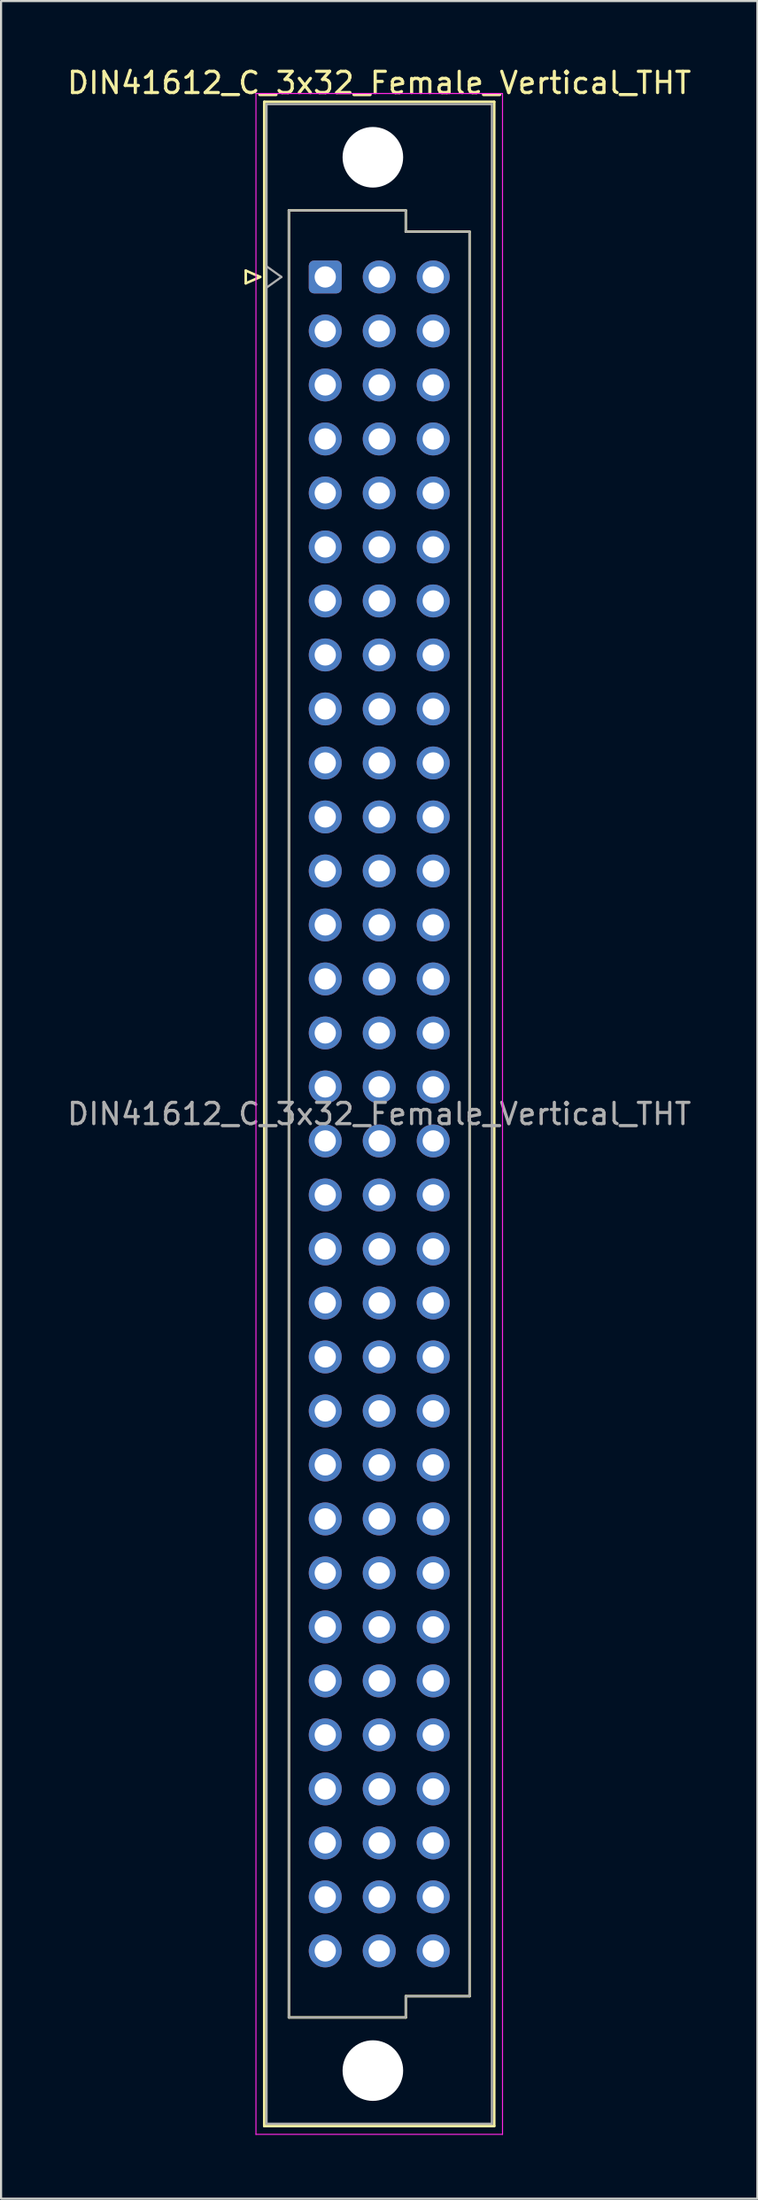
<source format=kicad_pcb>
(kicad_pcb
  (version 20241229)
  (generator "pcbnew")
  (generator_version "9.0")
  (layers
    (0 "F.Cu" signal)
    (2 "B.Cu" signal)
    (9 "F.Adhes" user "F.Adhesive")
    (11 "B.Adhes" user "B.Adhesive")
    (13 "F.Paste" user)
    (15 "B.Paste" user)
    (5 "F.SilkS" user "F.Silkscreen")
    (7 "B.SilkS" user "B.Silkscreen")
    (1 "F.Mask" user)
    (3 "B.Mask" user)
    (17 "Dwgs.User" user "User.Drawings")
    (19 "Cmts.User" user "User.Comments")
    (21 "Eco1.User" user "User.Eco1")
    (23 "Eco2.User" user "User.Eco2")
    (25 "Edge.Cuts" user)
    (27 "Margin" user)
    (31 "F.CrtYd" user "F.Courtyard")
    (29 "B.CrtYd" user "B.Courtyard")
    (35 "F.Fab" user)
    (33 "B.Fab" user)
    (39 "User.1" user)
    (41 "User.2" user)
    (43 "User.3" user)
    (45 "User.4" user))
  (footprint "DIN41612_C_3x32_Female_Vertical_THT"
    (layer "F.Cu")
    (at 12.252 9.978)
    (property "Reference" "DIN41612_C_3x32_Female_Vertical_THT" (at 2.54 -9.13 0) (layer "F.SilkS") (effects (font (size 1 1) (thickness 0.15))))
    (attr through_hole)
    (fp_line (start -3.74 -0.3) (end -3.74 0.3) (stroke (width 0.12) (type solid)) (layer "F.SilkS"))
    (fp_line (start -3.74 0.3) (end -3.06 0) (stroke (width 0.12) (type solid)) (layer "F.SilkS"))
    (fp_line (start -3.06 0) (end -3.74 -0.3) (stroke (width 0.12) (type solid)) (layer "F.SilkS"))
    (fp_line (start -2.87 -8.24) (end 7.95 -8.24) (stroke (width 0.12) (type solid)) (layer "F.SilkS"))
    (fp_line (start -2.87 86.98) (end -2.87 -8.24) (stroke (width 0.12) (type solid)) (layer "F.SilkS"))
    (fp_line (start -1.71 -3.13) (end 3.79 -3.13) (stroke (width 0.12) (type solid)) (layer "F.SilkS"))
    (fp_line (start -1.71 81.87) (end -1.71 -3.13) (stroke (width 0.12) (type solid)) (layer "F.SilkS"))
    (fp_line (start 3.79 -3.13) (end 3.79 -2.13) (stroke (width 0.12) (type solid)) (layer "F.SilkS"))
    (fp_line (start 3.79 -2.13) (end 6.79 -2.13) (stroke (width 0.12) (type solid)) (layer "F.SilkS"))
    (fp_line (start 3.79 80.87) (end 3.79 81.87) (stroke (width 0.12) (type solid)) (layer "F.SilkS"))
    (fp_line (start 3.79 81.87) (end -1.71 81.87) (stroke (width 0.12) (type solid)) (layer "F.SilkS"))
    (fp_line (start 6.79 -2.13) (end 6.79 80.87) (stroke (width 0.12) (type solid)) (layer "F.SilkS"))
    (fp_line (start 6.79 80.87) (end 3.79 80.87) (stroke (width 0.12) (type solid)) (layer "F.SilkS"))
    (fp_line (start 7.95 -8.24) (end 7.95 86.98) (stroke (width 0.12) (type solid)) (layer "F.SilkS"))
    (fp_line (start 7.95 86.98) (end -2.87 86.98) (stroke (width 0.12) (type solid)) (layer "F.SilkS"))
    (fp_line (start -3.26 -8.63) (end 8.34 -8.63) (stroke (width 0.05) (type solid)) (layer "F.CrtYd"))
    (fp_line (start -3.26 87.37) (end -3.26 -8.63) (stroke (width 0.05) (type solid)) (layer "F.CrtYd"))
    (fp_line (start 8.34 -8.63) (end 8.34 87.37) (stroke (width 0.05) (type solid)) (layer "F.CrtYd"))
    (fp_line (start 8.34 87.37) (end -3.26 87.37) (stroke (width 0.05) (type solid)) (layer "F.CrtYd"))
    (fp_line (start -2.76 -8.13) (end 7.84 -8.13) (stroke (width 0.1) (type solid)) (layer "F.Fab"))
    (fp_line (start -2.76 -0.5) (end -2.06 0) (stroke (width 0.1) (type solid)) (layer "F.Fab"))
    (fp_line (start -2.76 86.87) (end -2.76 -8.13) (stroke (width 0.1) (type solid)) (layer "F.Fab"))
    (fp_line (start -2.06 0) (end -2.76 0.5) (stroke (width 0.1) (type solid)) (layer "F.Fab"))
    (fp_line (start -1.71 -3.13) (end 3.79 -3.13) (stroke (width 0.1) (type solid)) (layer "F.Fab"))
    (fp_line (start -1.71 81.87) (end -1.71 -3.13) (stroke (width 0.1) (type solid)) (layer "F.Fab"))
    (fp_line (start 3.79 -3.13) (end 3.79 -2.13) (stroke (width 0.1) (type solid)) (layer "F.Fab"))
    (fp_line (start 3.79 -2.13) (end 6.79 -2.13) (stroke (width 0.1) (type solid)) (layer "F.Fab"))
    (fp_line (start 3.79 80.87) (end 3.79 81.87) (stroke (width 0.1) (type solid)) (layer "F.Fab"))
    (fp_line (start 3.79 81.87) (end -1.71 81.87) (stroke (width 0.1) (type solid)) (layer "F.Fab"))
    (fp_line (start 6.79 -2.13) (end 6.79 80.87) (stroke (width 0.1) (type solid)) (layer "F.Fab"))
    (fp_line (start 6.79 80.87) (end 3.79 80.87) (stroke (width 0.1) (type solid)) (layer "F.Fab"))
    (fp_line (start 7.84 -8.13) (end 7.84 86.87) (stroke (width 0.1) (type solid)) (layer "F.Fab"))
    (fp_line (start 7.84 86.87) (end -2.76 86.87) (stroke (width 0.1) (type solid)) (layer "F.Fab"))
    (fp_text user "${REFERENCE}" (at 2.54 39.37 0) (layer "F.Fab") (effects (font (size 1 1) (thickness 0.15))))
    (pad "" np_thru_hole circle (at 2.24 -5.63) (size 2.85 2.85) (drill 2.85) (layers "*.Cu" "*.Mask"))
    (pad "" np_thru_hole circle (at 2.24 84.37) (size 2.85 2.85) (drill 2.85) (layers "*.Cu" "*.Mask"))
    (pad "a1" thru_hole roundrect (at 0 0) (size 1.55 1.55) (drill 1) (layers "*.Cu" "*.Mask") (roundrect_rratio 0.161))
    (pad "a2" thru_hole circle (at 0 2.54) (size 1.55 1.55) (drill 1) (layers "*.Cu" "*.Mask"))
    (pad "a3" thru_hole circle (at 0 5.08) (size 1.55 1.55) (drill 1) (layers "*.Cu" "*.Mask"))
    (pad "a4" thru_hole circle (at 0 7.62) (size 1.55 1.55) (drill 1) (layers "*.Cu" "*.Mask"))
    (pad "a5" thru_hole circle (at 0 10.16) (size 1.55 1.55) (drill 1) (layers "*.Cu" "*.Mask"))
    (pad "a6" thru_hole circle (at 0 12.7) (size 1.55 1.55) (drill 1) (layers "*.Cu" "*.Mask"))
    (pad "a7" thru_hole circle (at 0 15.24) (size 1.55 1.55) (drill 1) (layers "*.Cu" "*.Mask"))
    (pad "a8" thru_hole circle (at 0 17.78) (size 1.55 1.55) (drill 1) (layers "*.Cu" "*.Mask"))
    (pad "a9" thru_hole circle (at 0 20.32) (size 1.55 1.55) (drill 1) (layers "*.Cu" "*.Mask"))
    (pad "a10" thru_hole circle (at 0 22.86) (size 1.55 1.55) (drill 1) (layers "*.Cu" "*.Mask"))
    (pad "a11" thru_hole circle (at 0 25.4) (size 1.55 1.55) (drill 1) (layers "*.Cu" "*.Mask"))
    (pad "a12" thru_hole circle (at 0 27.94) (size 1.55 1.55) (drill 1) (layers "*.Cu" "*.Mask"))
    (pad "a13" thru_hole circle (at 0 30.48) (size 1.55 1.55) (drill 1) (layers "*.Cu" "*.Mask"))
    (pad "a14" thru_hole circle (at 0 33.02) (size 1.55 1.55) (drill 1) (layers "*.Cu" "*.Mask"))
    (pad "a15" thru_hole circle (at 0 35.56) (size 1.55 1.55) (drill 1) (layers "*.Cu" "*.Mask"))
    (pad "a16" thru_hole circle (at 0 38.1) (size 1.55 1.55) (drill 1) (layers "*.Cu" "*.Mask"))
    (pad "a17" thru_hole circle (at 0 40.64) (size 1.55 1.55) (drill 1) (layers "*.Cu" "*.Mask"))
    (pad "a18" thru_hole circle (at 0 43.18) (size 1.55 1.55) (drill 1) (layers "*.Cu" "*.Mask"))
    (pad "a19" thru_hole circle (at 0 45.72) (size 1.55 1.55) (drill 1) (layers "*.Cu" "*.Mask"))
    (pad "a20" thru_hole circle (at 0 48.26) (size 1.55 1.55) (drill 1) (layers "*.Cu" "*.Mask"))
    (pad "a21" thru_hole circle (at 0 50.8) (size 1.55 1.55) (drill 1) (layers "*.Cu" "*.Mask"))
    (pad "a22" thru_hole circle (at 0 53.34) (size 1.55 1.55) (drill 1) (layers "*.Cu" "*.Mask"))
    (pad "a23" thru_hole circle (at 0 55.88) (size 1.55 1.55) (drill 1) (layers "*.Cu" "*.Mask"))
    (pad "a24" thru_hole circle (at 0 58.42) (size 1.55 1.55) (drill 1) (layers "*.Cu" "*.Mask"))
    (pad "a25" thru_hole circle (at 0 60.96) (size 1.55 1.55) (drill 1) (layers "*.Cu" "*.Mask"))
    (pad "a26" thru_hole circle (at 0 63.5) (size 1.55 1.55) (drill 1) (layers "*.Cu" "*.Mask"))
    (pad "a27" thru_hole circle (at 0 66.04) (size 1.55 1.55) (drill 1) (layers "*.Cu" "*.Mask"))
    (pad "a28" thru_hole circle (at 0 68.58) (size 1.55 1.55) (drill 1) (layers "*.Cu" "*.Mask"))
    (pad "a29" thru_hole circle (at 0 71.12) (size 1.55 1.55) (drill 1) (layers "*.Cu" "*.Mask"))
    (pad "a30" thru_hole circle (at 0 73.66) (size 1.55 1.55) (drill 1) (layers "*.Cu" "*.Mask"))
    (pad "a31" thru_hole circle (at 0 76.2) (size 1.55 1.55) (drill 1) (layers "*.Cu" "*.Mask"))
    (pad "a32" thru_hole circle (at 0 78.74) (size 1.55 1.55) (drill 1) (layers "*.Cu" "*.Mask"))
    (pad "b1" thru_hole circle (at 2.54 0) (size 1.55 1.55) (drill 1) (layers "*.Cu" "*.Mask"))
    (pad "b2" thru_hole circle (at 2.54 2.54) (size 1.55 1.55) (drill 1) (layers "*.Cu" "*.Mask"))
    (pad "b3" thru_hole circle (at 2.54 5.08) (size 1.55 1.55) (drill 1) (layers "*.Cu" "*.Mask"))
    (pad "b4" thru_hole circle (at 2.54 7.62) (size 1.55 1.55) (drill 1) (layers "*.Cu" "*.Mask"))
    (pad "b5" thru_hole circle (at 2.54 10.16) (size 1.55 1.55) (drill 1) (layers "*.Cu" "*.Mask"))
    (pad "b6" thru_hole circle (at 2.54 12.7) (size 1.55 1.55) (drill 1) (layers "*.Cu" "*.Mask"))
    (pad "b7" thru_hole circle (at 2.54 15.24) (size 1.55 1.55) (drill 1) (layers "*.Cu" "*.Mask"))
    (pad "b8" thru_hole circle (at 2.54 17.78) (size 1.55 1.55) (drill 1) (layers "*.Cu" "*.Mask"))
    (pad "b9" thru_hole circle (at 2.54 20.32) (size 1.55 1.55) (drill 1) (layers "*.Cu" "*.Mask"))
    (pad "b10" thru_hole circle (at 2.54 22.86) (size 1.55 1.55) (drill 1) (layers "*.Cu" "*.Mask"))
    (pad "b11" thru_hole circle (at 2.54 25.4) (size 1.55 1.55) (drill 1) (layers "*.Cu" "*.Mask"))
    (pad "b12" thru_hole circle (at 2.54 27.94) (size 1.55 1.55) (drill 1) (layers "*.Cu" "*.Mask"))
    (pad "b13" thru_hole circle (at 2.54 30.48) (size 1.55 1.55) (drill 1) (layers "*.Cu" "*.Mask"))
    (pad "b14" thru_hole circle (at 2.54 33.02) (size 1.55 1.55) (drill 1) (layers "*.Cu" "*.Mask"))
    (pad "b15" thru_hole circle (at 2.54 35.56) (size 1.55 1.55) (drill 1) (layers "*.Cu" "*.Mask"))
    (pad "b16" thru_hole circle (at 2.54 38.1) (size 1.55 1.55) (drill 1) (layers "*.Cu" "*.Mask"))
    (pad "b17" thru_hole circle (at 2.54 40.64) (size 1.55 1.55) (drill 1) (layers "*.Cu" "*.Mask"))
    (pad "b18" thru_hole circle (at 2.54 43.18) (size 1.55 1.55) (drill 1) (layers "*.Cu" "*.Mask"))
    (pad "b19" thru_hole circle (at 2.54 45.72) (size 1.55 1.55) (drill 1) (layers "*.Cu" "*.Mask"))
    (pad "b20" thru_hole circle (at 2.54 48.26) (size 1.55 1.55) (drill 1) (layers "*.Cu" "*.Mask"))
    (pad "b21" thru_hole circle (at 2.54 50.8) (size 1.55 1.55) (drill 1) (layers "*.Cu" "*.Mask"))
    (pad "b22" thru_hole circle (at 2.54 53.34) (size 1.55 1.55) (drill 1) (layers "*.Cu" "*.Mask"))
    (pad "b23" thru_hole circle (at 2.54 55.88) (size 1.55 1.55) (drill 1) (layers "*.Cu" "*.Mask"))
    (pad "b24" thru_hole circle (at 2.54 58.42) (size 1.55 1.55) (drill 1) (layers "*.Cu" "*.Mask"))
    (pad "b25" thru_hole circle (at 2.54 60.96) (size 1.55 1.55) (drill 1) (layers "*.Cu" "*.Mask"))
    (pad "b26" thru_hole circle (at 2.54 63.5) (size 1.55 1.55) (drill 1) (layers "*.Cu" "*.Mask"))
    (pad "b27" thru_hole circle (at 2.54 66.04) (size 1.55 1.55) (drill 1) (layers "*.Cu" "*.Mask"))
    (pad "b28" thru_hole circle (at 2.54 68.58) (size 1.55 1.55) (drill 1) (layers "*.Cu" "*.Mask"))
    (pad "b29" thru_hole circle (at 2.54 71.12) (size 1.55 1.55) (drill 1) (layers "*.Cu" "*.Mask"))
    (pad "b30" thru_hole circle (at 2.54 73.66) (size 1.55 1.55) (drill 1) (layers "*.Cu" "*.Mask"))
    (pad "b31" thru_hole circle (at 2.54 76.2) (size 1.55 1.55) (drill 1) (layers "*.Cu" "*.Mask"))
    (pad "b32" thru_hole circle (at 2.54 78.74) (size 1.55 1.55) (drill 1) (layers "*.Cu" "*.Mask"))
    (pad "c1" thru_hole circle (at 5.08 0) (size 1.55 1.55) (drill 1) (layers "*.Cu" "*.Mask"))
    (pad "c2" thru_hole circle (at 5.08 2.54) (size 1.55 1.55) (drill 1) (layers "*.Cu" "*.Mask"))
    (pad "c3" thru_hole circle (at 5.08 5.08) (size 1.55 1.55) (drill 1) (layers "*.Cu" "*.Mask"))
    (pad "c4" thru_hole circle (at 5.08 7.62) (size 1.55 1.55) (drill 1) (layers "*.Cu" "*.Mask"))
    (pad "c5" thru_hole circle (at 5.08 10.16) (size 1.55 1.55) (drill 1) (layers "*.Cu" "*.Mask"))
    (pad "c6" thru_hole circle (at 5.08 12.7) (size 1.55 1.55) (drill 1) (layers "*.Cu" "*.Mask"))
    (pad "c7" thru_hole circle (at 5.08 15.24) (size 1.55 1.55) (drill 1) (layers "*.Cu" "*.Mask"))
    (pad "c8" thru_hole circle (at 5.08 17.78) (size 1.55 1.55) (drill 1) (layers "*.Cu" "*.Mask"))
    (pad "c9" thru_hole circle (at 5.08 20.32) (size 1.55 1.55) (drill 1) (layers "*.Cu" "*.Mask"))
    (pad "c10" thru_hole circle (at 5.08 22.86) (size 1.55 1.55) (drill 1) (layers "*.Cu" "*.Mask"))
    (pad "c11" thru_hole circle (at 5.08 25.4) (size 1.55 1.55) (drill 1) (layers "*.Cu" "*.Mask"))
    (pad "c12" thru_hole circle (at 5.08 27.94) (size 1.55 1.55) (drill 1) (layers "*.Cu" "*.Mask"))
    (pad "c13" thru_hole circle (at 5.08 30.48) (size 1.55 1.55) (drill 1) (layers "*.Cu" "*.Mask"))
    (pad "c14" thru_hole circle (at 5.08 33.02) (size 1.55 1.55) (drill 1) (layers "*.Cu" "*.Mask"))
    (pad "c15" thru_hole circle (at 5.08 35.56) (size 1.55 1.55) (drill 1) (layers "*.Cu" "*.Mask"))
    (pad "c16" thru_hole circle (at 5.08 38.1) (size 1.55 1.55) (drill 1) (layers "*.Cu" "*.Mask"))
    (pad "c17" thru_hole circle (at 5.08 40.64) (size 1.55 1.55) (drill 1) (layers "*.Cu" "*.Mask"))
    (pad "c18" thru_hole circle (at 5.08 43.18) (size 1.55 1.55) (drill 1) (layers "*.Cu" "*.Mask"))
    (pad "c19" thru_hole circle (at 5.08 45.72) (size 1.55 1.55) (drill 1) (layers "*.Cu" "*.Mask"))
    (pad "c20" thru_hole circle (at 5.08 48.26) (size 1.55 1.55) (drill 1) (layers "*.Cu" "*.Mask"))
    (pad "c21" thru_hole circle (at 5.08 50.8) (size 1.55 1.55) (drill 1) (layers "*.Cu" "*.Mask"))
    (pad "c22" thru_hole circle (at 5.08 53.34) (size 1.55 1.55) (drill 1) (layers "*.Cu" "*.Mask"))
    (pad "c23" thru_hole circle (at 5.08 55.88) (size 1.55 1.55) (drill 1) (layers "*.Cu" "*.Mask"))
    (pad "c24" thru_hole circle (at 5.08 58.42) (size 1.55 1.55) (drill 1) (layers "*.Cu" "*.Mask"))
    (pad "c25" thru_hole circle (at 5.08 60.96) (size 1.55 1.55) (drill 1) (layers "*.Cu" "*.Mask"))
    (pad "c26" thru_hole circle (at 5.08 63.5) (size 1.55 1.55) (drill 1) (layers "*.Cu" "*.Mask"))
    (pad "c27" thru_hole circle (at 5.08 66.04) (size 1.55 1.55) (drill 1) (layers "*.Cu" "*.Mask"))
    (pad "c28" thru_hole circle (at 5.08 68.58) (size 1.55 1.55) (drill 1) (layers "*.Cu" "*.Mask"))
    (pad "c29" thru_hole circle (at 5.08 71.12) (size 1.55 1.55) (drill 1) (layers "*.Cu" "*.Mask"))
    (pad "c30" thru_hole circle (at 5.08 73.66) (size 1.55 1.55) (drill 1) (layers "*.Cu" "*.Mask"))
    (pad "c31" thru_hole circle (at 5.08 76.2) (size 1.55 1.55) (drill 1) (layers "*.Cu" "*.Mask"))
    (pad "c32" thru_hole circle (at 5.08 78.74) (size 1.55 1.55) (drill 1) (layers "*.Cu" "*.Mask")))
  (gr_rect
    (start -3 -3)
    (end 32.583 100.373)
    (stroke (width 0.1) (type default))
    (fill no)
    (layer "Edge.Cuts")))
</source>
